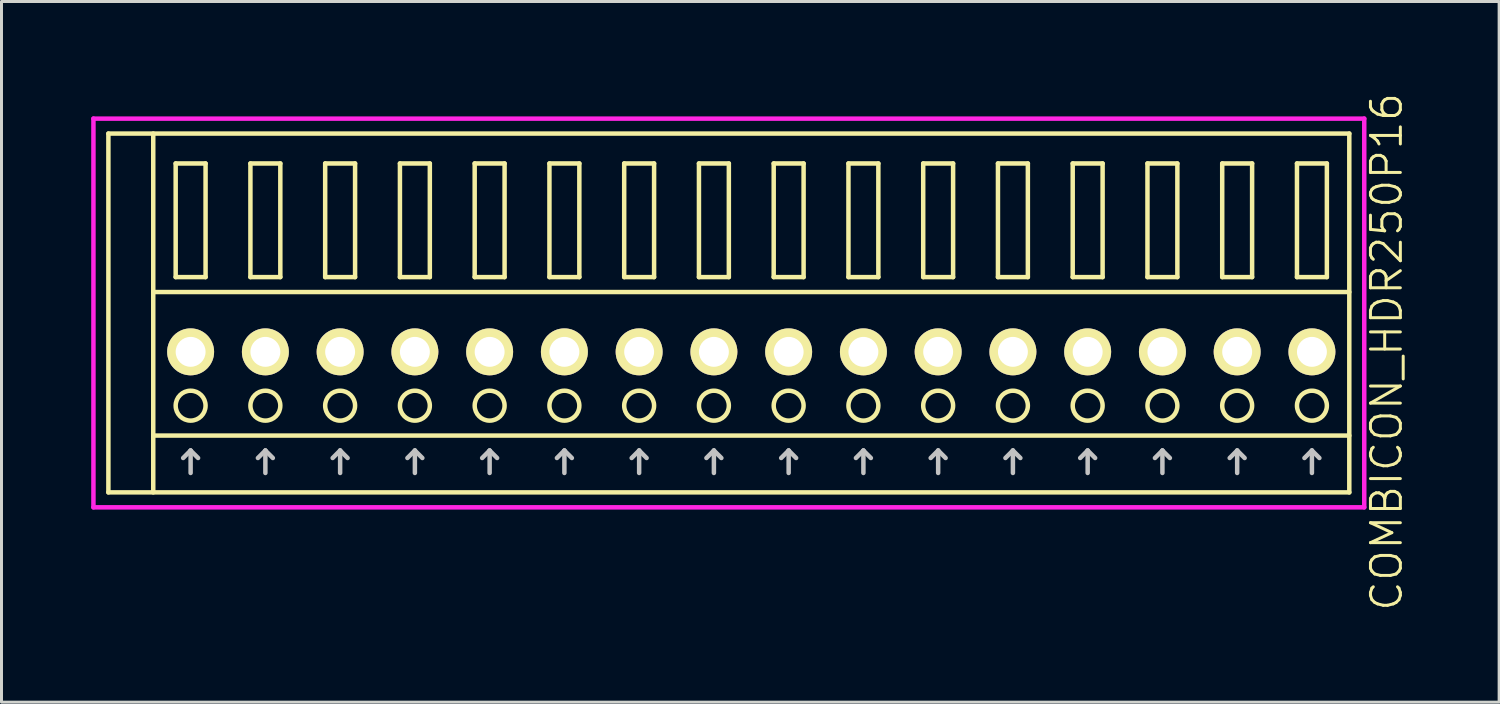
<source format=kicad_pcb>
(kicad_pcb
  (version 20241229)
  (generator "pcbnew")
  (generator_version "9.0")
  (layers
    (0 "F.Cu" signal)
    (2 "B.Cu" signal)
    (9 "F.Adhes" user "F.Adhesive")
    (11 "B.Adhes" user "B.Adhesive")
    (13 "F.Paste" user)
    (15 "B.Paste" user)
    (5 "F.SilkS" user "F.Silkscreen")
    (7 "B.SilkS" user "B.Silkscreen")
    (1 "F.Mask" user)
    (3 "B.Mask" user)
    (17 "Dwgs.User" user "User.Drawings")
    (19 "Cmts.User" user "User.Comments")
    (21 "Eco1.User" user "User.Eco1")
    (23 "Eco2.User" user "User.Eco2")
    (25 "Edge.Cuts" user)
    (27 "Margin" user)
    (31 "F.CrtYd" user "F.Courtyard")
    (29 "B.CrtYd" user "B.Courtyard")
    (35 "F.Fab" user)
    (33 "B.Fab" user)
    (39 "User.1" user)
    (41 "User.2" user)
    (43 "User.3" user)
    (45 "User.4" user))
  (footprint "COMBICON_HDR250P16"
    (layer "F.Cu")
    (at 22.075 8.717)
    (property "Reference" "COMBICON_HDR250P16" (at 21.25 0 90) (layer "F.SilkS") (effects (font (size 1 1) (thickness 0.1))))
    (attr through_hole)
    (fp_line (start -21.5 -7.3) (end -21.5 4.7) (stroke (width 0.15) (type solid)) (layer "F.SilkS"))
    (fp_line (start -21.5 4.7) (end 20 4.7) (stroke (width 0.15) (type solid)) (layer "F.SilkS"))
    (fp_line (start -20 -2) (end 20 -2) (stroke (width 0.15) (type solid)) (layer "F.SilkS"))
    (fp_line (start -20 2.8) (end 20 2.8) (stroke (width 0.15) (type solid)) (layer "F.SilkS"))
    (fp_line (start -20 4.7) (end -20 -7.3) (stroke (width 0.15) (type solid)) (layer "F.SilkS"))
    (fp_line (start -19.25 -6.3) (end -19.25 -2.5) (stroke (width 0.15) (type solid)) (layer "F.SilkS"))
    (fp_line (start -19.25 -2.5) (end -18.25 -2.5) (stroke (width 0.15) (type solid)) (layer "F.SilkS"))
    (fp_line (start -18.25 -6.3) (end -19.25 -6.3) (stroke (width 0.15) (type solid)) (layer "F.SilkS"))
    (fp_line (start -18.25 -2.5) (end -18.25 -6.3) (stroke (width 0.15) (type solid)) (layer "F.SilkS"))
    (fp_line (start -16.75 -6.3) (end -16.75 -2.5) (stroke (width 0.15) (type solid)) (layer "F.SilkS"))
    (fp_line (start -16.75 -2.5) (end -15.75 -2.5) (stroke (width 0.15) (type solid)) (layer "F.SilkS"))
    (fp_line (start -15.75 -6.3) (end -16.75 -6.3) (stroke (width 0.15) (type solid)) (layer "F.SilkS"))
    (fp_line (start -15.75 -2.5) (end -15.75 -6.3) (stroke (width 0.15) (type solid)) (layer "F.SilkS"))
    (fp_line (start -14.25 -6.3) (end -14.25 -2.5) (stroke (width 0.15) (type solid)) (layer "F.SilkS"))
    (fp_line (start -14.25 -2.5) (end -13.25 -2.5) (stroke (width 0.15) (type solid)) (layer "F.SilkS"))
    (fp_line (start -13.25 -6.3) (end -14.25 -6.3) (stroke (width 0.15) (type solid)) (layer "F.SilkS"))
    (fp_line (start -13.25 -2.5) (end -13.25 -6.3) (stroke (width 0.15) (type solid)) (layer "F.SilkS"))
    (fp_line (start -11.75 -6.3) (end -11.75 -2.5) (stroke (width 0.15) (type solid)) (layer "F.SilkS"))
    (fp_line (start -11.75 -2.5) (end -10.75 -2.5) (stroke (width 0.15) (type solid)) (layer "F.SilkS"))
    (fp_line (start -10.75 -6.3) (end -11.75 -6.3) (stroke (width 0.15) (type solid)) (layer "F.SilkS"))
    (fp_line (start -10.75 -2.5) (end -10.75 -6.3) (stroke (width 0.15) (type solid)) (layer "F.SilkS"))
    (fp_line (start -9.25 -6.3) (end -9.25 -2.5) (stroke (width 0.15) (type solid)) (layer "F.SilkS"))
    (fp_line (start -9.25 -2.5) (end -8.25 -2.5) (stroke (width 0.15) (type solid)) (layer "F.SilkS"))
    (fp_line (start -8.25 -6.3) (end -9.25 -6.3) (stroke (width 0.15) (type solid)) (layer "F.SilkS"))
    (fp_line (start -8.25 -2.5) (end -8.25 -6.3) (stroke (width 0.15) (type solid)) (layer "F.SilkS"))
    (fp_line (start -6.75 -6.3) (end -6.75 -2.5) (stroke (width 0.15) (type solid)) (layer "F.SilkS"))
    (fp_line (start -6.75 -2.5) (end -5.75 -2.5) (stroke (width 0.15) (type solid)) (layer "F.SilkS"))
    (fp_line (start -5.75 -6.3) (end -6.75 -6.3) (stroke (width 0.15) (type solid)) (layer "F.SilkS"))
    (fp_line (start -5.75 -2.5) (end -5.75 -6.3) (stroke (width 0.15) (type solid)) (layer "F.SilkS"))
    (fp_line (start -4.25 -6.3) (end -4.25 -2.5) (stroke (width 0.15) (type solid)) (layer "F.SilkS"))
    (fp_line (start -4.25 -2.5) (end -3.25 -2.5) (stroke (width 0.15) (type solid)) (layer "F.SilkS"))
    (fp_line (start -3.25 -6.3) (end -4.25 -6.3) (stroke (width 0.15) (type solid)) (layer "F.SilkS"))
    (fp_line (start -3.25 -2.5) (end -3.25 -6.3) (stroke (width 0.15) (type solid)) (layer "F.SilkS"))
    (fp_line (start -1.75 -6.3) (end -1.75 -2.5) (stroke (width 0.15) (type solid)) (layer "F.SilkS"))
    (fp_line (start -1.75 -2.5) (end -0.75 -2.5) (stroke (width 0.15) (type solid)) (layer "F.SilkS"))
    (fp_line (start -0.75 -6.3) (end -1.75 -6.3) (stroke (width 0.15) (type solid)) (layer "F.SilkS"))
    (fp_line (start -0.75 -2.5) (end -0.75 -6.3) (stroke (width 0.15) (type solid)) (layer "F.SilkS"))
    (fp_line (start 0.75 -6.3) (end 0.75 -2.5) (stroke (width 0.15) (type solid)) (layer "F.SilkS"))
    (fp_line (start 0.75 -2.5) (end 1.75 -2.5) (stroke (width 0.15) (type solid)) (layer "F.SilkS"))
    (fp_line (start 1.75 -6.3) (end 0.75 -6.3) (stroke (width 0.15) (type solid)) (layer "F.SilkS"))
    (fp_line (start 1.75 -2.5) (end 1.75 -6.3) (stroke (width 0.15) (type solid)) (layer "F.SilkS"))
    (fp_line (start 3.25 -6.3) (end 3.25 -2.5) (stroke (width 0.15) (type solid)) (layer "F.SilkS"))
    (fp_line (start 3.25 -2.5) (end 4.25 -2.5) (stroke (width 0.15) (type solid)) (layer "F.SilkS"))
    (fp_line (start 4.25 -6.3) (end 3.25 -6.3) (stroke (width 0.15) (type solid)) (layer "F.SilkS"))
    (fp_line (start 4.25 -2.5) (end 4.25 -6.3) (stroke (width 0.15) (type solid)) (layer "F.SilkS"))
    (fp_line (start 5.75 -6.3) (end 5.75 -2.5) (stroke (width 0.15) (type solid)) (layer "F.SilkS"))
    (fp_line (start 5.75 -2.5) (end 6.75 -2.5) (stroke (width 0.15) (type solid)) (layer "F.SilkS"))
    (fp_line (start 6.75 -6.3) (end 5.75 -6.3) (stroke (width 0.15) (type solid)) (layer "F.SilkS"))
    (fp_line (start 6.75 -2.5) (end 6.75 -6.3) (stroke (width 0.15) (type solid)) (layer "F.SilkS"))
    (fp_line (start 8.25 -6.3) (end 8.25 -2.5) (stroke (width 0.15) (type solid)) (layer "F.SilkS"))
    (fp_line (start 8.25 -2.5) (end 9.25 -2.5) (stroke (width 0.15) (type solid)) (layer "F.SilkS"))
    (fp_line (start 9.25 -6.3) (end 8.25 -6.3) (stroke (width 0.15) (type solid)) (layer "F.SilkS"))
    (fp_line (start 9.25 -2.5) (end 9.25 -6.3) (stroke (width 0.15) (type solid)) (layer "F.SilkS"))
    (fp_line (start 10.75 -6.3) (end 10.75 -2.5) (stroke (width 0.15) (type solid)) (layer "F.SilkS"))
    (fp_line (start 10.75 -2.5) (end 11.75 -2.5) (stroke (width 0.15) (type solid)) (layer "F.SilkS"))
    (fp_line (start 11.75 -6.3) (end 10.75 -6.3) (stroke (width 0.15) (type solid)) (layer "F.SilkS"))
    (fp_line (start 11.75 -2.5) (end 11.75 -6.3) (stroke (width 0.15) (type solid)) (layer "F.SilkS"))
    (fp_line (start 13.25 -6.3) (end 13.25 -2.5) (stroke (width 0.15) (type solid)) (layer "F.SilkS"))
    (fp_line (start 13.25 -2.5) (end 14.25 -2.5) (stroke (width 0.15) (type solid)) (layer "F.SilkS"))
    (fp_line (start 14.25 -6.3) (end 13.25 -6.3) (stroke (width 0.15) (type solid)) (layer "F.SilkS"))
    (fp_line (start 14.25 -2.5) (end 14.25 -6.3) (stroke (width 0.15) (type solid)) (layer "F.SilkS"))
    (fp_line (start 15.75 -6.3) (end 15.75 -2.5) (stroke (width 0.15) (type solid)) (layer "F.SilkS"))
    (fp_line (start 15.75 -2.5) (end 16.75 -2.5) (stroke (width 0.15) (type solid)) (layer "F.SilkS"))
    (fp_line (start 16.75 -6.3) (end 15.75 -6.3) (stroke (width 0.15) (type solid)) (layer "F.SilkS"))
    (fp_line (start 16.75 -2.5) (end 16.75 -6.3) (stroke (width 0.15) (type solid)) (layer "F.SilkS"))
    (fp_line (start 18.25 -6.3) (end 18.25 -2.5) (stroke (width 0.15) (type solid)) (layer "F.SilkS"))
    (fp_line (start 18.25 -2.5) (end 19.25 -2.5) (stroke (width 0.15) (type solid)) (layer "F.SilkS"))
    (fp_line (start 19.25 -6.3) (end 18.25 -6.3) (stroke (width 0.15) (type solid)) (layer "F.SilkS"))
    (fp_line (start 19.25 -2.5) (end 19.25 -6.3) (stroke (width 0.15) (type solid)) (layer "F.SilkS"))
    (fp_line (start 20 -7.3) (end -21.5 -7.3) (stroke (width 0.15) (type solid)) (layer "F.SilkS"))
    (fp_line (start 20 4.7) (end 20 -7.3) (stroke (width 0.15) (type solid)) (layer "F.SilkS"))
    (fp_circle (center -18.75 1.8) (end -18.25 1.8) (stroke (width 0.15) (type solid)) (fill no) (layer "F.SilkS"))
    (fp_circle (center -16.25 1.8) (end -15.75 1.8) (stroke (width 0.15) (type solid)) (fill no) (layer "F.SilkS"))
    (fp_circle (center -13.75 1.8) (end -13.25 1.8) (stroke (width 0.15) (type solid)) (fill no) (layer "F.SilkS"))
    (fp_circle (center -11.25 1.8) (end -10.75 1.8) (stroke (width 0.15) (type solid)) (fill no) (layer "F.SilkS"))
    (fp_circle (center -8.75 1.8) (end -8.25 1.8) (stroke (width 0.15) (type solid)) (fill no) (layer "F.SilkS"))
    (fp_circle (center -6.25 1.8) (end -5.75 1.8) (stroke (width 0.15) (type solid)) (fill no) (layer "F.SilkS"))
    (fp_circle (center -3.75 1.8) (end -3.25 1.8) (stroke (width 0.15) (type solid)) (fill no) (layer "F.SilkS"))
    (fp_circle (center -1.25 1.8) (end -0.75 1.8) (stroke (width 0.15) (type solid)) (fill no) (layer "F.SilkS"))
    (fp_circle (center 1.25 1.8) (end 1.75 1.8) (stroke (width 0.15) (type solid)) (fill no) (layer "F.SilkS"))
    (fp_circle (center 3.75 1.8) (end 4.25 1.8) (stroke (width 0.15) (type solid)) (fill no) (layer "F.SilkS"))
    (fp_circle (center 6.25 1.8) (end 6.75 1.8) (stroke (width 0.15) (type solid)) (fill no) (layer "F.SilkS"))
    (fp_circle (center 8.75 1.8) (end 9.25 1.8) (stroke (width 0.15) (type solid)) (fill no) (layer "F.SilkS"))
    (fp_circle (center 11.25 1.8) (end 11.75 1.8) (stroke (width 0.15) (type solid)) (fill no) (layer "F.SilkS"))
    (fp_circle (center 13.75 1.8) (end 14.25 1.8) (stroke (width 0.15) (type solid)) (fill no) (layer "F.SilkS"))
    (fp_circle (center 16.25 1.8) (end 16.75 1.8) (stroke (width 0.15) (type solid)) (fill no) (layer "F.SilkS"))
    (fp_circle (center 18.75 1.8) (end 19.25 1.8) (stroke (width 0.15) (type solid)) (fill no) (layer "F.SilkS"))
    (fp_line (start -19 3.55) (end -18.75 3.3) (stroke (width 0.15) (type solid)) (layer "Dwgs.User"))
    (fp_line (start -18.75 4.05) (end -18.75 3.3) (stroke (width 0.15) (type solid)) (layer "Dwgs.User"))
    (fp_line (start -18.5 3.55) (end -18.75 3.3) (stroke (width 0.15) (type solid)) (layer "Dwgs.User"))
    (fp_line (start -16.5 3.55) (end -16.25 3.3) (stroke (width 0.15) (type solid)) (layer "Dwgs.User"))
    (fp_line (start -16.25 4.05) (end -16.25 3.3) (stroke (width 0.15) (type solid)) (layer "Dwgs.User"))
    (fp_line (start -16 3.55) (end -16.25 3.3) (stroke (width 0.15) (type solid)) (layer "Dwgs.User"))
    (fp_line (start -14 3.55) (end -13.75 3.3) (stroke (width 0.15) (type solid)) (layer "Dwgs.User"))
    (fp_line (start -13.75 4.05) (end -13.75 3.3) (stroke (width 0.15) (type solid)) (layer "Dwgs.User"))
    (fp_line (start -13.5 3.55) (end -13.75 3.3) (stroke (width 0.15) (type solid)) (layer "Dwgs.User"))
    (fp_line (start -11.5 3.55) (end -11.25 3.3) (stroke (width 0.15) (type solid)) (layer "Dwgs.User"))
    (fp_line (start -11.25 4.05) (end -11.25 3.3) (stroke (width 0.15) (type solid)) (layer "Dwgs.User"))
    (fp_line (start -11 3.55) (end -11.25 3.3) (stroke (width 0.15) (type solid)) (layer "Dwgs.User"))
    (fp_line (start -9 3.55) (end -8.75 3.3) (stroke (width 0.15) (type solid)) (layer "Dwgs.User"))
    (fp_line (start -8.75 4.05) (end -8.75 3.3) (stroke (width 0.15) (type solid)) (layer "Dwgs.User"))
    (fp_line (start -8.5 3.55) (end -8.75 3.3) (stroke (width 0.15) (type solid)) (layer "Dwgs.User"))
    (fp_line (start -6.5 3.55) (end -6.25 3.3) (stroke (width 0.15) (type solid)) (layer "Dwgs.User"))
    (fp_line (start -6.25 4.05) (end -6.25 3.3) (stroke (width 0.15) (type solid)) (layer "Dwgs.User"))
    (fp_line (start -6 3.55) (end -6.25 3.3) (stroke (width 0.15) (type solid)) (layer "Dwgs.User"))
    (fp_line (start -4 3.55) (end -3.75 3.3) (stroke (width 0.15) (type solid)) (layer "Dwgs.User"))
    (fp_line (start -3.75 4.05) (end -3.75 3.3) (stroke (width 0.15) (type solid)) (layer "Dwgs.User"))
    (fp_line (start -3.5 3.55) (end -3.75 3.3) (stroke (width 0.15) (type solid)) (layer "Dwgs.User"))
    (fp_line (start -1.5 3.55) (end -1.25 3.3) (stroke (width 0.15) (type solid)) (layer "Dwgs.User"))
    (fp_line (start -1.25 4.05) (end -1.25 3.3) (stroke (width 0.15) (type solid)) (layer "Dwgs.User"))
    (fp_line (start -1 3.55) (end -1.25 3.3) (stroke (width 0.15) (type solid)) (layer "Dwgs.User"))
    (fp_line (start 1 3.55) (end 1.25 3.3) (stroke (width 0.15) (type solid)) (layer "Dwgs.User"))
    (fp_line (start 1.25 4.05) (end 1.25 3.3) (stroke (width 0.15) (type solid)) (layer "Dwgs.User"))
    (fp_line (start 1.5 3.55) (end 1.25 3.3) (stroke (width 0.15) (type solid)) (layer "Dwgs.User"))
    (fp_line (start 3.5 3.55) (end 3.75 3.3) (stroke (width 0.15) (type solid)) (layer "Dwgs.User"))
    (fp_line (start 3.75 4.05) (end 3.75 3.3) (stroke (width 0.15) (type solid)) (layer "Dwgs.User"))
    (fp_line (start 4 3.55) (end 3.75 3.3) (stroke (width 0.15) (type solid)) (layer "Dwgs.User"))
    (fp_line (start 6 3.55) (end 6.25 3.3) (stroke (width 0.15) (type solid)) (layer "Dwgs.User"))
    (fp_line (start 6.25 4.05) (end 6.25 3.3) (stroke (width 0.15) (type solid)) (layer "Dwgs.User"))
    (fp_line (start 6.5 3.55) (end 6.25 3.3) (stroke (width 0.15) (type solid)) (layer "Dwgs.User"))
    (fp_line (start 8.5 3.55) (end 8.75 3.3) (stroke (width 0.15) (type solid)) (layer "Dwgs.User"))
    (fp_line (start 8.75 4.05) (end 8.75 3.3) (stroke (width 0.15) (type solid)) (layer "Dwgs.User"))
    (fp_line (start 9 3.55) (end 8.75 3.3) (stroke (width 0.15) (type solid)) (layer "Dwgs.User"))
    (fp_line (start 11 3.55) (end 11.25 3.3) (stroke (width 0.15) (type solid)) (layer "Dwgs.User"))
    (fp_line (start 11.25 4.05) (end 11.25 3.3) (stroke (width 0.15) (type solid)) (layer "Dwgs.User"))
    (fp_line (start 11.5 3.55) (end 11.25 3.3) (stroke (width 0.15) (type solid)) (layer "Dwgs.User"))
    (fp_line (start 13.5 3.55) (end 13.75 3.3) (stroke (width 0.15) (type solid)) (layer "Dwgs.User"))
    (fp_line (start 13.75 4.05) (end 13.75 3.3) (stroke (width 0.15) (type solid)) (layer "Dwgs.User"))
    (fp_line (start 14 3.55) (end 13.75 3.3) (stroke (width 0.15) (type solid)) (layer "Dwgs.User"))
    (fp_line (start 16 3.55) (end 16.25 3.3) (stroke (width 0.15) (type solid)) (layer "Dwgs.User"))
    (fp_line (start 16.25 4.05) (end 16.25 3.3) (stroke (width 0.15) (type solid)) (layer "Dwgs.User"))
    (fp_line (start 16.5 3.55) (end 16.25 3.3) (stroke (width 0.15) (type solid)) (layer "Dwgs.User"))
    (fp_line (start 18.5 3.55) (end 18.75 3.3) (stroke (width 0.15) (type solid)) (layer "Dwgs.User"))
    (fp_line (start 18.75 4.05) (end 18.75 3.3) (stroke (width 0.15) (type solid)) (layer "Dwgs.User"))
    (fp_line (start 19 3.55) (end 18.75 3.3) (stroke (width 0.15) (type solid)) (layer "Dwgs.User"))
    (fp_line (start -22 -7.8) (end -22 5.2) (stroke (width 0.15) (type solid)) (layer "F.CrtYd"))
    (fp_line (start -22 5.2) (end 20.5 5.2) (stroke (width 0.15) (type solid)) (layer "F.CrtYd"))
    (fp_line (start 20.5 -7.8) (end -22 -7.8) (stroke (width 0.15) (type solid)) (layer "F.CrtYd"))
    (fp_line (start 20.5 5.2) (end 20.5 -7.8) (stroke (width 0.15) (type solid)) (layer "F.CrtYd"))
    (pad "1" thru_hole oval (at -18.75 0) (size 1.57 1.57) (drill 1) (layers "*.Cu" "*.Mask" "F.SilkS"))
    (pad "2" thru_hole oval (at -16.25 0) (size 1.57 1.57) (drill 1) (layers "*.Cu" "*.Mask" "F.SilkS"))
    (pad "3" thru_hole oval (at -13.75 0) (size 1.57 1.57) (drill 1) (layers "*.Cu" "*.Mask" "F.SilkS"))
    (pad "4" thru_hole oval (at -11.25 0) (size 1.57 1.57) (drill 1) (layers "*.Cu" "*.Mask" "F.SilkS"))
    (pad "5" thru_hole oval (at -8.75 0) (size 1.57 1.57) (drill 1) (layers "*.Cu" "*.Mask" "F.SilkS"))
    (pad "6" thru_hole oval (at -6.25 0) (size 1.57 1.57) (drill 1) (layers "*.Cu" "*.Mask" "F.SilkS"))
    (pad "7" thru_hole oval (at -3.75 0) (size 1.57 1.57) (drill 1) (layers "*.Cu" "*.Mask" "F.SilkS"))
    (pad "8" thru_hole oval (at -1.25 0) (size 1.57 1.57) (drill 1) (layers "*.Cu" "*.Mask" "F.SilkS"))
    (pad "9" thru_hole oval (at 1.25 0) (size 1.57 1.57) (drill 1) (layers "*.Cu" "*.Mask" "F.SilkS"))
    (pad "10" thru_hole oval (at 3.75 0) (size 1.57 1.57) (drill 1) (layers "*.Cu" "*.Mask" "F.SilkS"))
    (pad "11" thru_hole oval (at 6.25 0) (size 1.57 1.57) (drill 1) (layers "*.Cu" "*.Mask" "F.SilkS"))
    (pad "12" thru_hole oval (at 8.75 0) (size 1.57 1.57) (drill 1) (layers "*.Cu" "*.Mask" "F.SilkS"))
    (pad "13" thru_hole oval (at 11.25 0) (size 1.57 1.57) (drill 1) (layers "*.Cu" "*.Mask" "F.SilkS"))
    (pad "14" thru_hole oval (at 13.75 0) (size 1.57 1.57) (drill 1) (layers "*.Cu" "*.Mask" "F.SilkS"))
    (pad "15" thru_hole oval (at 16.25 0) (size 1.57 1.57) (drill 1) (layers "*.Cu" "*.Mask" "F.SilkS"))
    (pad "16" thru_hole oval (at 18.75 0) (size 1.57 1.57) (drill 1) (layers "*.Cu" "*.Mask" "F.SilkS")))
  (gr_rect
    (start -3 -3)
    (end 47.086 20.433)
    (stroke (width 0.1) (type default))
    (fill no)
    (layer "Edge.Cuts")))
</source>
